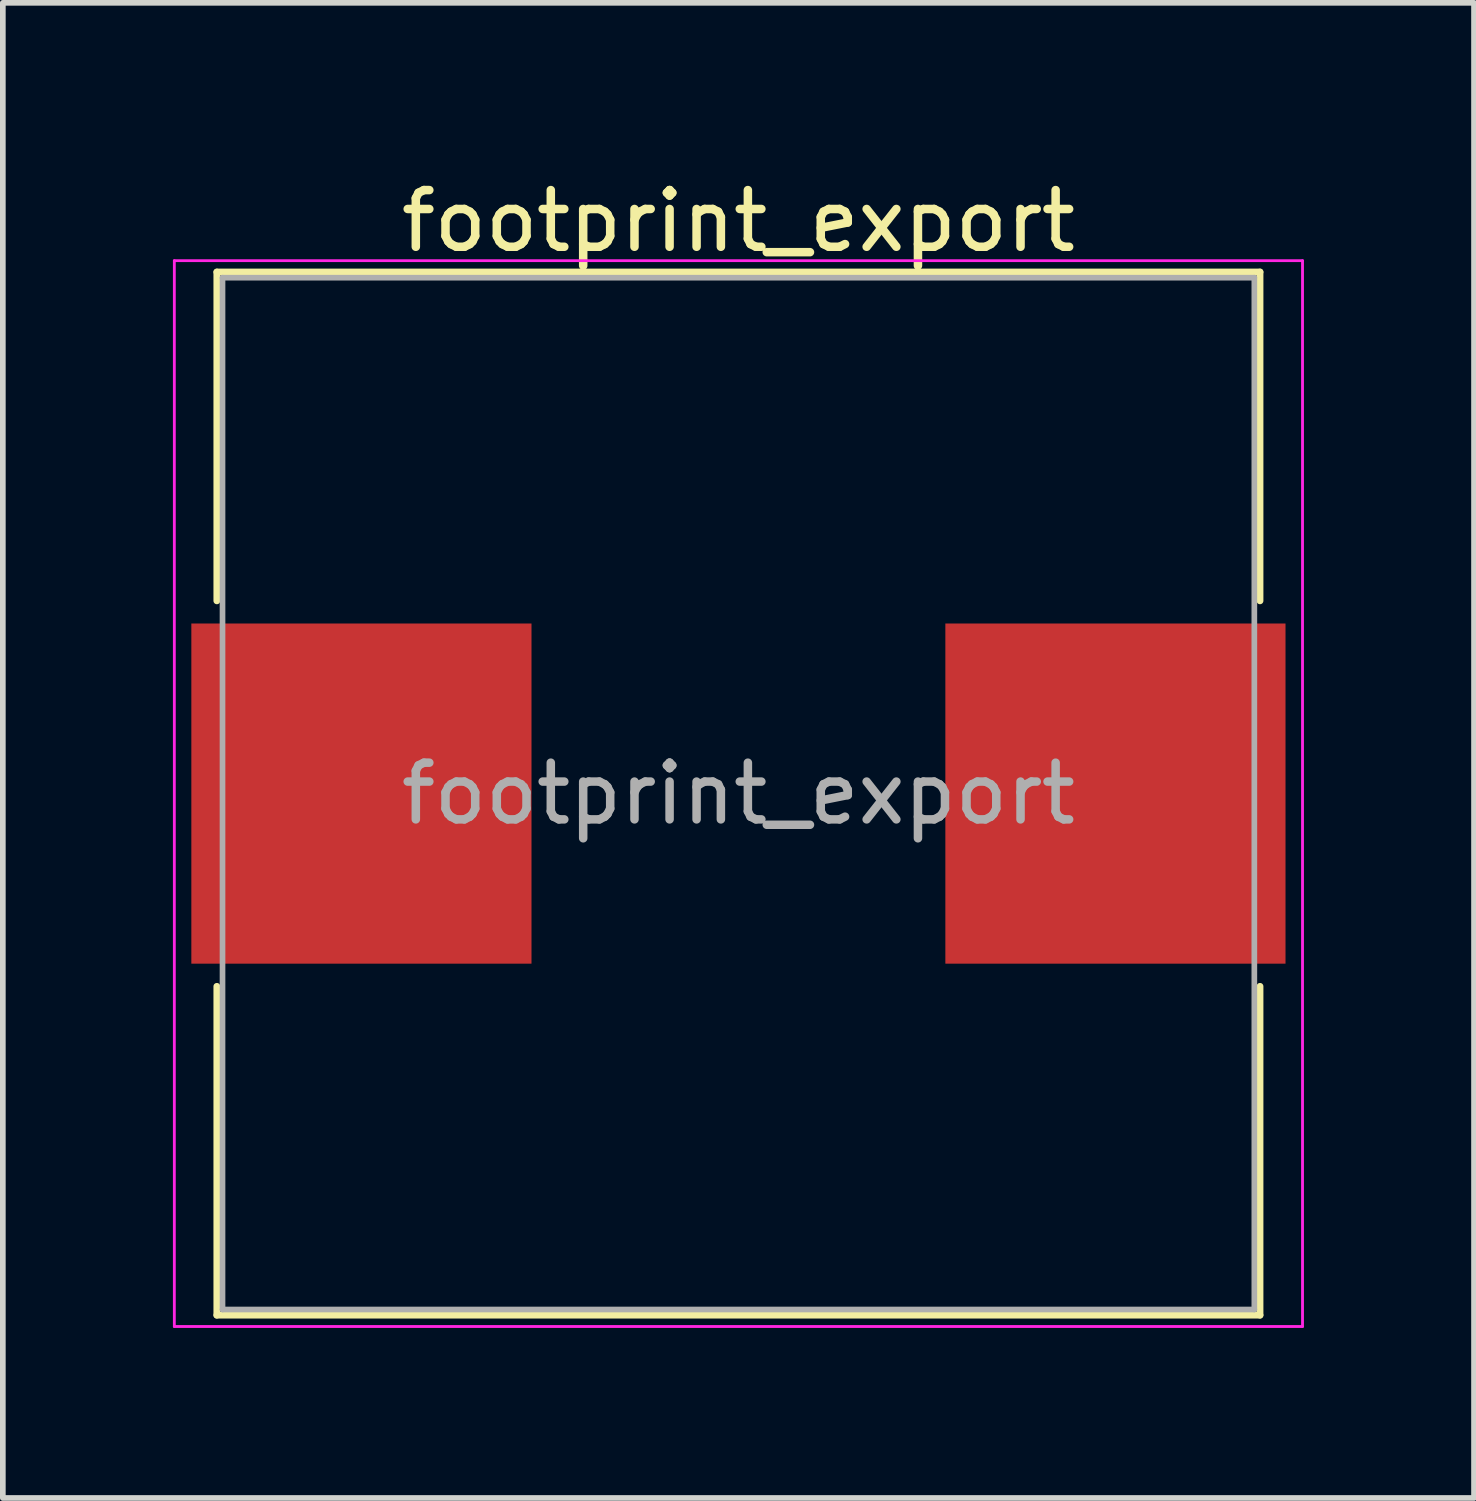
<source format=kicad_pcb>
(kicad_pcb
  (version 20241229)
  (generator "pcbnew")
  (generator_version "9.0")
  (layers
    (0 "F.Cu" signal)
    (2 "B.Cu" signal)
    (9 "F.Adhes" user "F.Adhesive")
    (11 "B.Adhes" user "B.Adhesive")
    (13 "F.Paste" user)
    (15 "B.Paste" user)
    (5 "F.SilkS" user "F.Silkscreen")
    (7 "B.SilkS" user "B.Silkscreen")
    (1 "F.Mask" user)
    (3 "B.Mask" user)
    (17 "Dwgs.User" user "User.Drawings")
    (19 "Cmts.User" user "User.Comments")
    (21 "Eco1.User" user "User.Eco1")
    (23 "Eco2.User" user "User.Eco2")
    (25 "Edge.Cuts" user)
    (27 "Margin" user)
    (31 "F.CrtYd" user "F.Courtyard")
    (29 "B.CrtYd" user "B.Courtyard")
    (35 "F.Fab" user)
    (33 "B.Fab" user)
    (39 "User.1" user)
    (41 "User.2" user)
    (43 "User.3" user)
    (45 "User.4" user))
  (footprint "footprint_export"
    (layer "F.Cu")
    (at 9.975 10.948)
    (property "Reference" "footprint_export" (at 0 -10.1 0) (layer "F.SilkS") (effects (font (size 1 1) (thickness 0.15))))
    (attr smd)
    (fp_line (start -9.2 -9.2) (end 9.2 -9.2) (stroke (width 0.12) (type solid)) (layer "F.SilkS"))
    (fp_line (start -9.2 -3.4) (end -9.2 -9.2) (stroke (width 0.12) (type solid)) (layer "F.SilkS"))
    (fp_line (start -9.2 3.4) (end -9.2 9.2) (stroke (width 0.12) (type solid)) (layer "F.SilkS"))
    (fp_line (start -9.2 9.2) (end 9.2 9.2) (stroke (width 0.12) (type solid)) (layer "F.SilkS"))
    (fp_line (start 9.2 -9.2) (end 9.2 -3.4) (stroke (width 0.12) (type solid)) (layer "F.SilkS"))
    (fp_line (start 9.2 9.2) (end 9.2 3.4) (stroke (width 0.12) (type solid)) (layer "F.SilkS"))
    (fp_line (start -9.95 -9.4) (end -9.95 9.4) (stroke (width 0.05) (type solid)) (layer "F.CrtYd"))
    (fp_line (start -9.95 9.4) (end 9.95 9.4) (stroke (width 0.05) (type solid)) (layer "F.CrtYd"))
    (fp_line (start 9.95 -9.4) (end -9.95 -9.4) (stroke (width 0.05) (type solid)) (layer "F.CrtYd"))
    (fp_line (start 9.95 9.4) (end 9.95 -9.4) (stroke (width 0.05) (type solid)) (layer "F.CrtYd"))
    (fp_line (start -9.1 -9.1) (end -9.1 9.1) (stroke (width 0.1) (type solid)) (layer "F.Fab"))
    (fp_line (start -9.1 9.1) (end 9.1 9.1) (stroke (width 0.1) (type solid)) (layer "F.Fab"))
    (fp_line (start 9.1 -9.1) (end -9.1 -9.1) (stroke (width 0.1) (type solid)) (layer "F.Fab"))
    (fp_line (start 9.1 9.1) (end 9.1 -9.1) (stroke (width 0.1) (type solid)) (layer "F.Fab"))
    (fp_text user "${REFERENCE}" (at 0 0 0) (layer "F.Fab") (effects (font (size 1 1) (thickness 0.15))))
    (pad "1" smd rect (at -6.65 0) (size 6 6) (layers "F.Cu" "F.Mask" "F.Paste"))
    (pad "2" smd rect (at 6.65 0) (size 6 6) (layers "F.Cu" "F.Mask" "F.Paste")))
  (gr_rect
    (start -3 -3)
    (end 22.95 23.373)
    (stroke (width 0.1) (type default))
    (fill no)
    (layer "Edge.Cuts")))
</source>
